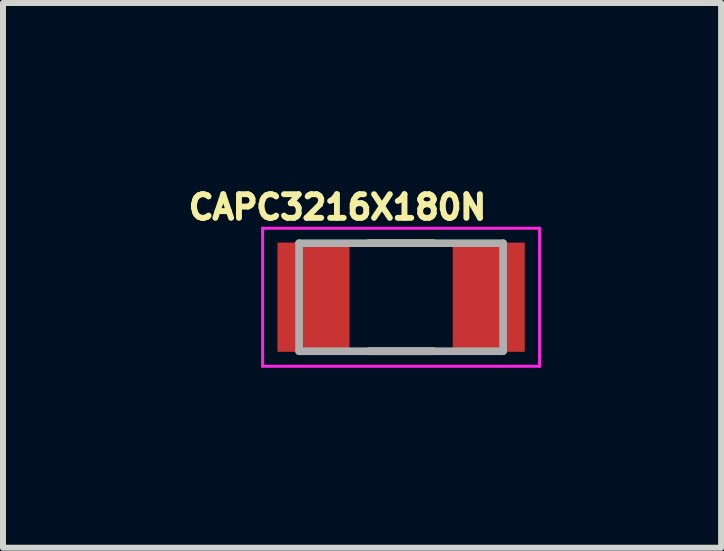
<source format=kicad_pcb>
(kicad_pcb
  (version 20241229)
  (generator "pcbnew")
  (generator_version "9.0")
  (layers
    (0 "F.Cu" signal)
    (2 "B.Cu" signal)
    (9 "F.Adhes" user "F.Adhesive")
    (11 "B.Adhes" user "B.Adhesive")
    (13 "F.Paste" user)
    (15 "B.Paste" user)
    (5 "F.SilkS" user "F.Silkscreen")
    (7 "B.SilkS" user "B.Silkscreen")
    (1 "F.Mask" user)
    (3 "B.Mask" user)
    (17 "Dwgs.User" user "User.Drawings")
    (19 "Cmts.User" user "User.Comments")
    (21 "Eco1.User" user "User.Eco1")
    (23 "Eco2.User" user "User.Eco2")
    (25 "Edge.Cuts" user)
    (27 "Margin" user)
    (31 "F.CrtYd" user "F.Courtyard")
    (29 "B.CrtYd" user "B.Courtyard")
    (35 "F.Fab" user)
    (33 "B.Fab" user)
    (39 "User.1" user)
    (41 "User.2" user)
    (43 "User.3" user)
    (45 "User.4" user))
  (footprint "CAPC3216X180N"
    (layer "F.Cu")
    (at 3.634 1.903)
    (property "Reference" "CAPC3216X180N" (at -1.06 -1.5 0) (layer "F.SilkS") (effects (font (size 0.394 0.394) (thickness 0.15))))
    (attr smd)
    (fp_line (start -0.54 -0.9) (end 0.54 -0.9) (stroke (width 0.127) (type solid)) (layer "F.SilkS"))
    (fp_line (start -0.54 0.9) (end 0.54 0.9) (stroke (width 0.127) (type solid)) (layer "F.SilkS"))
    (fp_line (start -2.308 -1.15) (end 2.308 -1.15) (stroke (width 0.05) (type solid)) (layer "F.CrtYd"))
    (fp_line (start -2.308 1.15) (end -2.308 -1.15) (stroke (width 0.05) (type solid)) (layer "F.CrtYd"))
    (fp_line (start -2.308 1.15) (end 2.308 1.15) (stroke (width 0.05) (type solid)) (layer "F.CrtYd"))
    (fp_line (start 2.308 1.15) (end 2.308 -1.15) (stroke (width 0.05) (type solid)) (layer "F.CrtYd"))
    (fp_line (start -1.7 0.9) (end -1.7 -0.9) (stroke (width 0.127) (type solid)) (layer "F.Fab"))
    (fp_line (start 1.7 -0.9) (end -1.7 -0.9) (stroke (width 0.127) (type solid)) (layer "F.Fab"))
    (fp_line (start 1.7 0.9) (end -1.7 0.9) (stroke (width 0.127) (type solid)) (layer "F.Fab"))
    (fp_line (start 1.7 0.9) (end 1.7 -0.9) (stroke (width 0.127) (type solid)) (layer "F.Fab"))
    (pad "1" smd rect (at -1.46 0) (size 1.2 1.82) (layers "F.Cu" "F.Mask" "F.Paste"))
    (pad "2" smd rect (at 1.46 0) (size 1.2 1.82) (layers "F.Cu" "F.Mask" "F.Paste")))
  (gr_rect
    (start -3 -3)
    (end 8.967 6.078)
    (stroke (width 0.1) (type default))
    (fill no)
    (layer "Edge.Cuts")))
</source>
